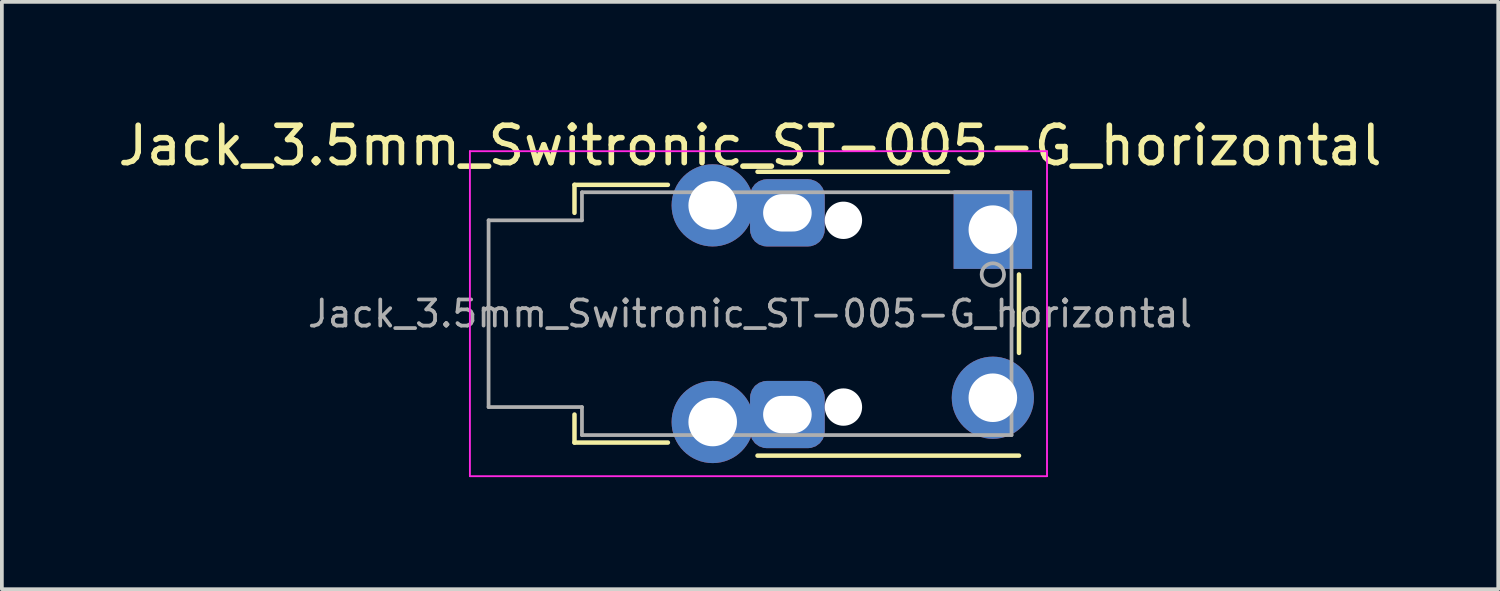
<source format=kicad_pcb>
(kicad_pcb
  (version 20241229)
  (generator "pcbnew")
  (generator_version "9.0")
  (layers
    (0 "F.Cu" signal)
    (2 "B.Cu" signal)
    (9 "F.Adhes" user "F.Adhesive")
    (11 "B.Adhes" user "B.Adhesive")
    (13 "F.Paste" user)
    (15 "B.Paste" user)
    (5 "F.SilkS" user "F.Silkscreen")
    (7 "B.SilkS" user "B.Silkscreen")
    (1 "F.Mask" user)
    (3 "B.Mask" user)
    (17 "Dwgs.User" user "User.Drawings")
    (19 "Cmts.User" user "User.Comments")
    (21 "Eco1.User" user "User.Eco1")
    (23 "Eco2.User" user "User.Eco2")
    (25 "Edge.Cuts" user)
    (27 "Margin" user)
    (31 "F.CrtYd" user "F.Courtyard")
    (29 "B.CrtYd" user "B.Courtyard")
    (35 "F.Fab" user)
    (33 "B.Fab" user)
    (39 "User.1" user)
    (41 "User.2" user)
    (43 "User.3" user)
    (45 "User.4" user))
  (footprint "Jack_3.5mm_Switronic_ST-005-G_horizontal"
    (layer "F.Cu")
    (at 17.03 5.348)
    (property "Reference" "Jack_3.5mm_Switronic_ST-005-G_horizontal" (at 0 -4.5 0) (layer "F.SilkS") (effects (font (size 1 1) (thickness 0.15))))
    (attr through_hole)
    (fp_line (start -4.7 -3.45) (end -2.2 -3.45) (stroke (width 0.12) (type solid)) (layer "F.SilkS"))
    (fp_line (start -4.7 -2.7) (end -4.7 -3.45) (stroke (width 0.12) (type solid)) (layer "F.SilkS"))
    (fp_line (start -4.7 3.45) (end -4.7 2.7) (stroke (width 0.12) (type solid)) (layer "F.SilkS"))
    (fp_line (start -2.2 3.45) (end -4.7 3.45) (stroke (width 0.12) (type solid)) (layer "F.SilkS"))
    (fp_line (start 0.2 -3.8) (end 5.3 -3.8) (stroke (width 0.12) (type solid)) (layer "F.SilkS"))
    (fp_line (start 0.2 3.8) (end 7.2 3.8) (stroke (width 0.12) (type solid)) (layer "F.SilkS"))
    (fp_line (start 7.2 -1.05) (end 7.2 1.05) (stroke (width 0.12) (type solid)) (layer "F.SilkS"))
    (fp_line (start -7.5 -4.35) (end -7.5 4.35) (stroke (width 0.05) (type solid)) (layer "F.CrtYd"))
    (fp_line (start -7.5 4.35) (end 7.95 4.35) (stroke (width 0.05) (type solid)) (layer "F.CrtYd"))
    (fp_line (start 7.95 -4.35) (end -7.5 -4.35) (stroke (width 0.05) (type solid)) (layer "F.CrtYd"))
    (fp_line (start 7.95 4.35) (end 7.95 -4.35) (stroke (width 0.05) (type solid)) (layer "F.CrtYd"))
    (fp_line (start -7 -2.5) (end -4.5 -2.5) (stroke (width 0.1) (type solid)) (layer "F.Fab"))
    (fp_line (start -7 2.5) (end -7 -2.5) (stroke (width 0.1) (type solid)) (layer "F.Fab"))
    (fp_line (start -4.5 -3.25) (end 7 -3.25) (stroke (width 0.1) (type solid)) (layer "F.Fab"))
    (fp_line (start -4.5 -2.5) (end -4.5 -3.25) (stroke (width 0.1) (type solid)) (layer "F.Fab"))
    (fp_line (start -4.5 2.5) (end -7 2.5) (stroke (width 0.1) (type solid)) (layer "F.Fab"))
    (fp_line (start -4.5 3.25) (end -4.5 2.5) (stroke (width 0.1) (type solid)) (layer "F.Fab"))
    (fp_line (start 7 -3.25) (end 7 3.25) (stroke (width 0.1) (type solid)) (layer "F.Fab"))
    (fp_line (start 7 3.25) (end -4.5 3.25) (stroke (width 0.1) (type solid)) (layer "F.Fab"))
    (fp_circle (center 6.5 -1.05) (end 6.8 -1.05) (stroke (width 0.1) (type solid)) (fill no) (layer "F.Fab"))
    (fp_text user "${REFERENCE}" (at 0 0 0) (layer "F.Fab") (effects (font (size 0.7 0.7) (thickness 0.1))))
    (pad "" np_thru_hole circle (at 2.5 -2.5) (size 1 1) (drill 1) (layers "*.Cu" "*.Mask"))
    (pad "" np_thru_hole circle (at 2.5 2.5) (size 1 1) (drill 1) (layers "*.Cu" "*.Mask"))
    (pad "R" thru_hole rect (at 6.5 -2.25) (size 2.1 2.1) (drill 1.3) (layers "*.Cu" "*.Mask"))
    (pad "S" thru_hole circle (at 6.5 2.25) (size 2.2 2.2) (drill 1.3) (layers "*.Cu" "*.Mask"))
    (pad "T" thru_hole circle (at -1 -2.9) (size 2.2 2.2) (drill 1.3) (layers "*.Cu" "*.Mask"))
    (pad "T" thru_hole circle (at -1 2.9) (size 2.2 2.2) (drill 1.3) (layers "*.Cu" "*.Mask"))
    (pad "T" thru_hole roundrect (at 1 -2.7) (size 2 1.8) (drill oval 1.3 1) (layers "*.Cu" "*.Mask") (roundrect_rratio 0.25))
    (pad "T" thru_hole roundrect (at 1 2.7) (size 2 1.8) (drill oval 1.3 1) (layers "*.Cu" "*.Mask") (roundrect_rratio 0.25)))
  (gr_rect
    (start -3 -3)
    (end 37.06 12.723)
    (stroke (width 0.1) (type default))
    (fill no)
    (layer "Edge.Cuts")))
</source>
